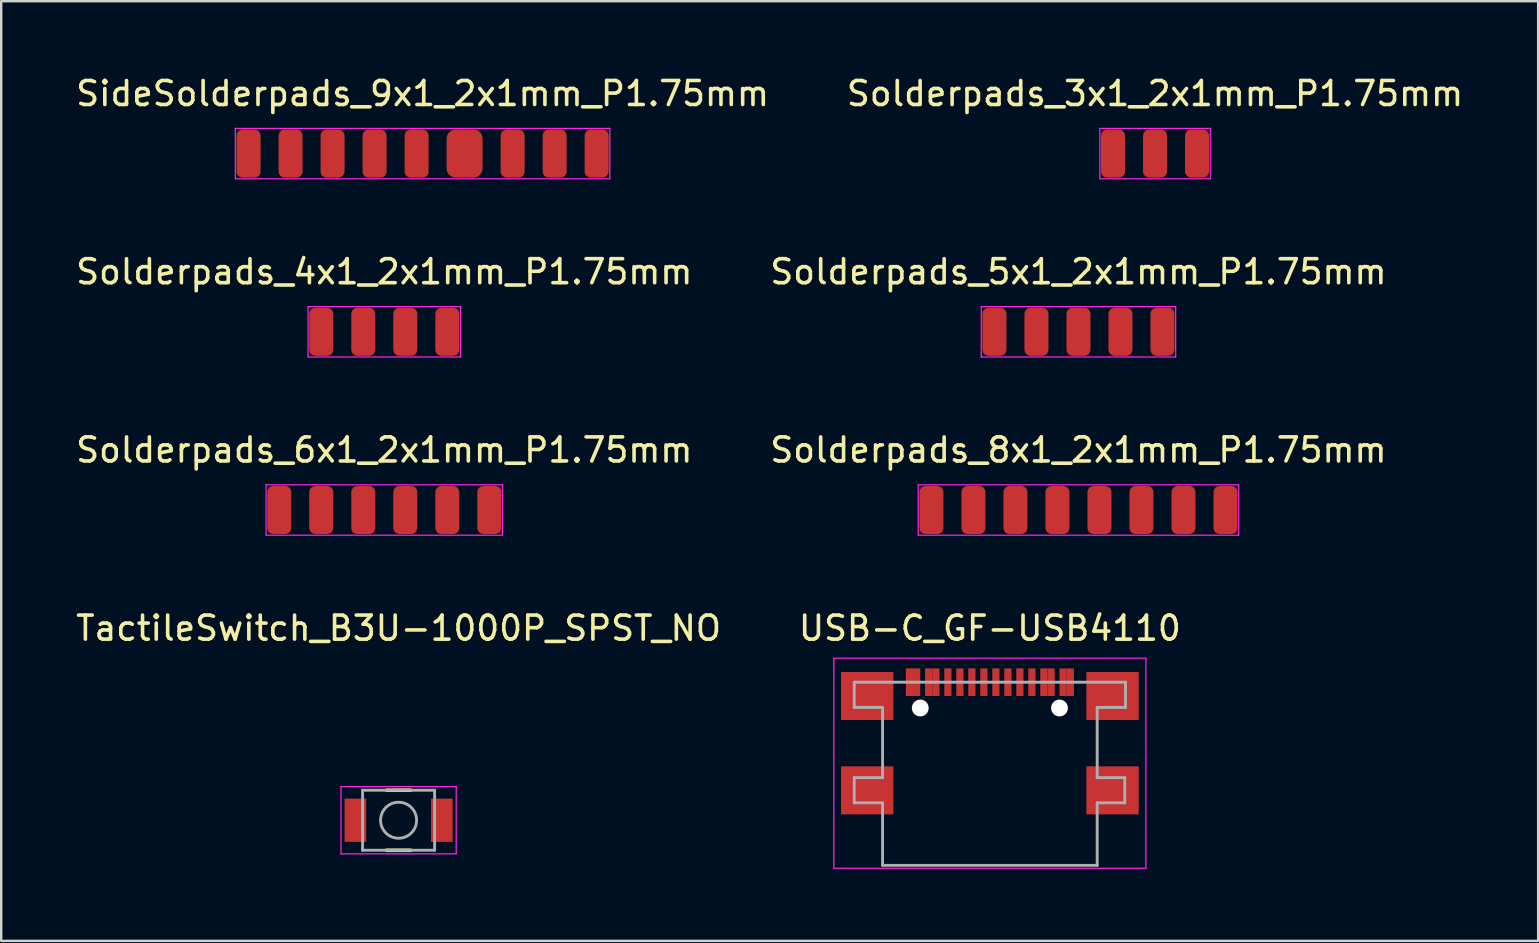
<source format=kicad_pcb>
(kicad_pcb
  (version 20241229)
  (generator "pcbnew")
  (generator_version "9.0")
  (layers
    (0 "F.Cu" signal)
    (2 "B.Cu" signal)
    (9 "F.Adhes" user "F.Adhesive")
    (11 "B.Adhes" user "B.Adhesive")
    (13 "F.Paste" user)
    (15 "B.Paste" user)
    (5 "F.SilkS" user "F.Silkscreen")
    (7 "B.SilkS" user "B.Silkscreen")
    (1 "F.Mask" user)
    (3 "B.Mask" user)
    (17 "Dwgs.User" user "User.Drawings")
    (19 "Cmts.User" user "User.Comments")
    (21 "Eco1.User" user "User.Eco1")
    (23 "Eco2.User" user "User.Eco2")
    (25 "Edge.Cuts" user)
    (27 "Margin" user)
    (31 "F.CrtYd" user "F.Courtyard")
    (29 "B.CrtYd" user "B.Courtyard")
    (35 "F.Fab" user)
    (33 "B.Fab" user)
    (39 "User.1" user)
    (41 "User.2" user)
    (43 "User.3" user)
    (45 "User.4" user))
  (footprint "SideSolderpads_9x1_2x1mm_P1.75mm"
    (layer "F.Cu")
    (at 14.554 3.348)
    (property "Reference" "SideSolderpads_9x1_2x1mm_P1.75mm" (at 0 -2.5 0) (layer "F.SilkS") (effects (font (size 1 1) (thickness 0.15))))
    (attr smd)
    (fp_line (start -7.8 -1.05) (end -7.8 1.05) (stroke (width 0.05) (type solid)) (layer "F.CrtYd"))
    (fp_line (start -7.8 -1.05) (end 7.8 -1.05) (stroke (width 0.05) (type solid)) (layer "F.CrtYd"))
    (fp_line (start -7.8 1.05) (end 7.8 1.05) (stroke (width 0.05) (type solid)) (layer "F.CrtYd"))
    (fp_line (start 7.8 -1.05) (end 7.8 1.05) (stroke (width 0.05) (type solid)) (layer "F.CrtYd"))
    (pad "1" connect roundrect (at -7.25 0) (size 1 2) (layers "F.Cu" "F.Mask") (roundrect_rratio 0.25))
    (pad "2" connect roundrect (at -5.5 0) (size 1 2) (layers "F.Cu" "F.Mask") (roundrect_rratio 0.25))
    (pad "3" connect roundrect (at -3.75 0) (size 1 2) (layers "F.Cu" "F.Mask") (roundrect_rratio 0.25))
    (pad "4" connect roundrect (at -2 0) (size 1 2) (layers "F.Cu" "F.Mask") (roundrect_rratio 0.25))
    (pad "5" connect roundrect (at -0.25 0) (size 1 2) (layers "F.Cu" "F.Mask") (roundrect_rratio 0.25))
    (pad "6" connect roundrect (at 1.75 0) (size 1.5 2) (layers "F.Cu" "F.Mask") (roundrect_rratio 0.25))
    (pad "7" connect roundrect (at 3.75 0) (size 1 2) (layers "F.Cu" "F.Mask") (roundrect_rratio 0.25))
    (pad "8" connect roundrect (at 5.5 0) (size 1 2) (layers "F.Cu" "F.Mask") (roundrect_rratio 0.25))
    (pad "9" connect roundrect (at 7.25 0) (size 1 2) (layers "F.Cu" "F.Mask") (roundrect_rratio 0.25)))
  (footprint "Solderpads_4x1_2x1mm_P1.75mm"
    (layer "F.Cu")
    (at 12.958 10.771)
    (property "Reference" "Solderpads_4x1_2x1mm_P1.75mm" (at 0 -2.5 0) (layer "F.SilkS") (effects (font (size 1 1) (thickness 0.15))))
    (attr smd)
    (fp_line (start -3.175 -1.05) (end -3.175 1.05) (stroke (width 0.05) (type solid)) (layer "F.CrtYd"))
    (fp_line (start -3.175 -1.05) (end 3.175 -1.05) (stroke (width 0.05) (type solid)) (layer "F.CrtYd"))
    (fp_line (start -3.175 1.05) (end 3.175 1.05) (stroke (width 0.05) (type solid)) (layer "F.CrtYd"))
    (fp_line (start 3.175 -1.05) (end 3.175 1.05) (stroke (width 0.05) (type solid)) (layer "F.CrtYd"))
    (pad "1" connect roundrect (at -2.625 0) (size 1 2) (layers "F.Cu" "F.Mask") (roundrect_rratio 0.25))
    (pad "2" connect roundrect (at -0.875 0) (size 1 2) (layers "F.Cu" "F.Mask") (roundrect_rratio 0.25))
    (pad "3" connect roundrect (at 0.875 0) (size 1 2) (layers "F.Cu" "F.Mask") (roundrect_rratio 0.25))
    (pad "4" connect roundrect (at 2.625 0) (size 1 2) (layers "F.Cu" "F.Mask") (roundrect_rratio 0.25)))
  (footprint "USB-C_GF-USB4110"
    (layer "F.Cu")
    (at 38.185 25.368)
    (property "Reference" "USB-C_GF-USB4110" (at 0 -2.25 0) (layer "F.SilkS") (effects (font (size 1 1) (thickness 0.15))))
    (attr smd)
    (fp_line (start -6.5 -1) (end 6.5 -1) (stroke (width 0.05) (type solid)) (layer "F.CrtYd"))
    (fp_line (start -6.5 7.75) (end -6.5 -1) (stroke (width 0.05) (type solid)) (layer "F.CrtYd"))
    (fp_line (start 6.5 -1) (end 6.5 7.75) (stroke (width 0.05) (type solid)) (layer "F.CrtYd"))
    (fp_line (start 6.5 7.75) (end -6.5 7.75) (stroke (width 0.05) (type solid)) (layer "F.CrtYd"))
    (fp_line (start -5.65 0) (end -5.65 1.05) (stroke (width 0.12) (type solid)) (layer "F.Fab"))
    (fp_line (start -5.65 0) (end 5.65 0) (stroke (width 0.12) (type solid)) (layer "F.Fab"))
    (fp_line (start -5.65 1.05) (end -4.47 1.05) (stroke (width 0.12) (type solid)) (layer "F.Fab"))
    (fp_line (start -5.65 3.975) (end -5.65 5.025) (stroke (width 0.12) (type solid)) (layer "F.Fab"))
    (fp_line (start -5.65 3.975) (end -4.47 3.975) (stroke (width 0.12) (type solid)) (layer "F.Fab"))
    (fp_line (start -5.65 5.025) (end -4.47 5.025) (stroke (width 0.12) (type solid)) (layer "F.Fab"))
    (fp_line (start -4.47 1.05) (end -4.47 3.975) (stroke (width 0.12) (type solid)) (layer "F.Fab"))
    (fp_line (start -4.47 5.025) (end -4.47 7.63) (stroke (width 0.12) (type solid)) (layer "F.Fab"))
    (fp_line (start -4.47 7.63) (end 4.47 7.63) (stroke (width 0.12) (type solid)) (layer "F.Fab"))
    (fp_line (start 4.47 1.05) (end 4.47 3.975) (stroke (width 0.12) (type solid)) (layer "F.Fab"))
    (fp_line (start 4.47 3.975) (end 5.62 3.975) (stroke (width 0.12) (type solid)) (layer "F.Fab"))
    (fp_line (start 4.47 5.025) (end 4.47 7.63) (stroke (width 0.12) (type solid)) (layer "F.Fab"))
    (fp_line (start 4.47 5.025) (end 5.62 5.025) (stroke (width 0.12) (type solid)) (layer "F.Fab"))
    (fp_line (start 5.62 3.975) (end 5.62 5.025) (stroke (width 0.12) (type solid)) (layer "F.Fab"))
    (fp_line (start 5.65 0) (end 5.65 1.05) (stroke (width 0.12) (type solid)) (layer "F.Fab"))
    (fp_line (start 5.65 1.05) (end 4.47 1.05) (stroke (width 0.12) (type solid)) (layer "F.Fab"))
    (pad "" np_thru_hole circle (at -2.9 1.075) (size 0.7 0.7) (drill 0.7) (layers "*.Cu" "*.Mask"))
    (pad "" np_thru_hole circle (at 2.9 1.075) (size 0.7 0.7) (drill 0.7) (layers "*.Cu" "*.Mask"))
    (pad "A1" smd rect (at -3.35 0) (size 0.3 1.15) (layers "F.Cu" "F.Mask" "F.Paste"))
    (pad "A4" smd rect (at -2.55 0) (size 0.3 1.15) (layers "F.Cu" "F.Mask" "F.Paste"))
    (pad "A5" smd rect (at -1.25 0) (size 0.3 1.15) (layers "F.Cu" "F.Mask" "F.Paste"))
    (pad "A6" smd rect (at -0.25 0) (size 0.3 1.15) (layers "F.Cu" "F.Mask" "F.Paste"))
    (pad "A7" smd rect (at 0.25 0) (size 0.3 1.15) (layers "F.Cu" "F.Mask" "F.Paste"))
    (pad "A8" smd rect (at 1.25 0) (size 0.3 1.15) (layers "F.Cu" "F.Mask" "F.Paste"))
    (pad "A9" smd rect (at 2.55 0) (size 0.3 1.15) (layers "F.Cu" "F.Mask" "F.Paste"))
    (pad "A12" smd rect (at 3.35 0) (size 0.3 1.15) (layers "F.Cu" "F.Mask" "F.Paste"))
    (pad "B1" smd rect (at 3.05 0) (size 0.3 1.15) (layers "F.Cu" "F.Mask" "F.Paste"))
    (pad "B4" smd rect (at 2.25 0) (size 0.3 1.15) (layers "F.Cu" "F.Mask" "F.Paste"))
    (pad "B5" smd rect (at 1.75 0) (size 0.3 1.15) (layers "F.Cu" "F.Mask" "F.Paste"))
    (pad "B6" smd rect (at 0.75 0) (size 0.3 1.15) (layers "F.Cu" "F.Mask" "F.Paste"))
    (pad "B7" smd rect (at -0.75 0) (size 0.3 1.15) (layers "F.Cu" "F.Mask" "F.Paste"))
    (pad "B8" smd rect (at -1.75 0) (size 0.3 1.15) (layers "F.Cu" "F.Mask" "F.Paste"))
    (pad "B9" smd rect (at -2.25 0) (size 0.3 1.15) (layers "F.Cu" "F.Mask" "F.Paste"))
    (pad "B12" smd rect (at -3.05 0) (size 0.3 1.15) (layers "F.Cu" "F.Mask" "F.Paste"))
    (pad "S1" smd rect (at -5.11 0.575) (size 2.18 2) (layers "F.Cu" "F.Mask" "F.Paste"))
    (pad "S1" smd rect (at -5.11 4.505) (size 2.18 2) (layers "F.Cu" "F.Mask" "F.Paste"))
    (pad "S1" smd rect (at 5.11 0.575) (size 2.18 2) (layers "F.Cu" "F.Mask" "F.Paste"))
    (pad "S1" smd rect (at 5.11 4.505) (size 2.18 2) (layers "F.Cu" "F.Mask" "F.Paste")))
  (footprint "TactileSwitch_B3U-1000P_SPST_NO"
    (layer "F.Cu")
    (at 13.554 31.118)
    (property "Reference" "TactileSwitch_B3U-1000P_SPST_NO" (at 0 -8 0) (layer "F.SilkS") (effects (font (size 1 1) (thickness 0.15))))
    (attr smd)
    (fp_line (start -0.5 -1.25) (end 0.5 -1.25) (stroke (width 0.15) (type solid)) (layer "F.SilkS"))
    (fp_line (start -0.5 1.25) (end 0.5 1.25) (stroke (width 0.15) (type solid)) (layer "F.SilkS"))
    (fp_line (start -2.4 -1.4) (end 2.4 -1.4) (stroke (width 0.05) (type solid)) (layer "F.CrtYd"))
    (fp_line (start -2.4 1.4) (end -2.4 -1.4) (stroke (width 0.05) (type solid)) (layer "F.CrtYd"))
    (fp_line (start 2.4 -1.4) (end 2.4 1.4) (stroke (width 0.05) (type solid)) (layer "F.CrtYd"))
    (fp_line (start 2.4 1.4) (end -2.4 1.4) (stroke (width 0.05) (type solid)) (layer "F.CrtYd"))
    (fp_line (start -1.5 -1.25) (end -1.5 1.25) (stroke (width 0.12) (type solid)) (layer "F.Fab"))
    (fp_line (start -1.5 1.25) (end 1.5 1.25) (stroke (width 0.12) (type solid)) (layer "F.Fab"))
    (fp_line (start 1.5 -1.25) (end -1.5 -1.25) (stroke (width 0.12) (type solid)) (layer "F.Fab"))
    (fp_line (start 1.5 1.25) (end 1.5 -1.25) (stroke (width 0.12) (type solid)) (layer "F.Fab"))
    (fp_circle (center 0 0) (end 0.75 0) (stroke (width 0.12) (type solid)) (fill no) (layer "F.Fab"))
    (pad "1" smd rect (at 1.8 0) (size 0.9 1.8) (layers "F.Cu" "F.Mask" "F.Paste"))
    (pad "2" smd rect (at -1.8 0) (size 0.9 1.8) (layers "F.Cu" "F.Mask" "F.Paste")))
  (footprint "Solderpads_3x1_2x1mm_P1.75mm"
    (layer "F.Cu")
    (at 45.065 3.348)
    (property "Reference" "Solderpads_3x1_2x1mm_P1.75mm" (at 0 -2.5 0) (layer "F.SilkS") (effects (font (size 1 1) (thickness 0.15))))
    (attr smd)
    (fp_line (start -2.3 -1.05) (end -2.3 1.05) (stroke (width 0.05) (type solid)) (layer "F.CrtYd"))
    (fp_line (start -2.3 -1.05) (end 2.3 -1.05) (stroke (width 0.05) (type solid)) (layer "F.CrtYd"))
    (fp_line (start -2.3 1.05) (end 2.3 1.05) (stroke (width 0.05) (type solid)) (layer "F.CrtYd"))
    (fp_line (start 2.3 -1.05) (end 2.3 1.05) (stroke (width 0.05) (type solid)) (layer "F.CrtYd"))
    (pad "1" connect roundrect (at -1.75 0) (size 1 2) (layers "F.Cu" "F.Mask") (roundrect_rratio 0.25))
    (pad "2" connect roundrect (at 0 0) (size 1 2) (layers "F.Cu" "F.Mask") (roundrect_rratio 0.25))
    (pad "3" connect roundrect (at 1.75 0) (size 1 2) (layers "F.Cu" "F.Mask") (roundrect_rratio 0.25)))
  (footprint "Solderpads_5x1_2x1mm_P1.75mm"
    (layer "F.Cu")
    (at 41.875 10.771)
    (property "Reference" "Solderpads_5x1_2x1mm_P1.75mm" (at 0 -2.5 0) (layer "F.SilkS") (effects (font (size 1 1) (thickness 0.15))))
    (attr smd)
    (fp_line (start -4.05 -1.05) (end -4.05 1.05) (stroke (width 0.05) (type solid)) (layer "F.CrtYd"))
    (fp_line (start -4.05 -1.05) (end 4.05 -1.05) (stroke (width 0.05) (type solid)) (layer "F.CrtYd"))
    (fp_line (start -4.05 1.05) (end 4.05 1.05) (stroke (width 0.05) (type solid)) (layer "F.CrtYd"))
    (fp_line (start 4.05 -1.05) (end 4.05 1.05) (stroke (width 0.05) (type solid)) (layer "F.CrtYd"))
    (pad "1" connect roundrect (at -3.5 0) (size 1 2) (layers "F.Cu" "F.Mask") (roundrect_rratio 0.25))
    (pad "2" connect roundrect (at -1.75 0) (size 1 2) (layers "F.Cu" "F.Mask") (roundrect_rratio 0.25))
    (pad "3" connect roundrect (at 0 0) (size 1 2) (layers "F.Cu" "F.Mask") (roundrect_rratio 0.25))
    (pad "4" connect roundrect (at 1.75 0) (size 1 2) (layers "F.Cu" "F.Mask") (roundrect_rratio 0.25))
    (pad "5" connect roundrect (at 3.5 0) (size 1 2) (layers "F.Cu" "F.Mask") (roundrect_rratio 0.25)))
  (footprint "Solderpads_8x1_2x1mm_P1.75mm"
    (layer "F.Cu")
    (at 41.875 18.195)
    (property "Reference" "Solderpads_8x1_2x1mm_P1.75mm" (at 0 -2.5 0) (layer "F.SilkS") (effects (font (size 1 1) (thickness 0.15))))
    (attr smd)
    (fp_line (start -6.675 -1.05) (end -6.675 1.05) (stroke (width 0.05) (type solid)) (layer "F.CrtYd"))
    (fp_line (start -6.675 -1.05) (end 6.675 -1.05) (stroke (width 0.05) (type solid)) (layer "F.CrtYd"))
    (fp_line (start -6.675 1.05) (end 6.675 1.05) (stroke (width 0.05) (type solid)) (layer "F.CrtYd"))
    (fp_line (start 6.675 -1.05) (end 6.675 1.05) (stroke (width 0.05) (type solid)) (layer "F.CrtYd"))
    (pad "1" connect roundrect (at -6.125 0) (size 1 2) (layers "F.Cu" "F.Mask") (roundrect_rratio 0.25))
    (pad "2" connect roundrect (at -4.375 0) (size 1 2) (layers "F.Cu" "F.Mask") (roundrect_rratio 0.25))
    (pad "3" connect roundrect (at -2.625 0) (size 1 2) (layers "F.Cu" "F.Mask") (roundrect_rratio 0.25))
    (pad "4" connect roundrect (at -0.875 0) (size 1 2) (layers "F.Cu" "F.Mask") (roundrect_rratio 0.25))
    (pad "5" connect roundrect (at 0.875 0) (size 1 2) (layers "F.Cu" "F.Mask") (roundrect_rratio 0.25))
    (pad "6" connect roundrect (at 2.625 0) (size 1 2) (layers "F.Cu" "F.Mask") (roundrect_rratio 0.25))
    (pad "7" connect roundrect (at 4.375 0) (size 1 2) (layers "F.Cu" "F.Mask") (roundrect_rratio 0.25))
    (pad "8" connect roundrect (at 6.125 0) (size 1 2) (layers "F.Cu" "F.Mask") (roundrect_rratio 0.25)))
  (footprint "Solderpads_6x1_2x1mm_P1.75mm"
    (layer "F.Cu")
    (at 12.958 18.195)
    (property "Reference" "Solderpads_6x1_2x1mm_P1.75mm" (at 0 -2.5 0) (layer "F.SilkS") (effects (font (size 1 1) (thickness 0.15))))
    (attr smd)
    (fp_line (start -4.925 -1.05) (end -4.925 1.05) (stroke (width 0.05) (type solid)) (layer "F.CrtYd"))
    (fp_line (start -4.925 -1.05) (end 4.925 -1.05) (stroke (width 0.05) (type solid)) (layer "F.CrtYd"))
    (fp_line (start -4.925 1.05) (end 4.925 1.05) (stroke (width 0.05) (type solid)) (layer "F.CrtYd"))
    (fp_line (start 4.925 -1.05) (end 4.925 1.05) (stroke (width 0.05) (type solid)) (layer "F.CrtYd"))
    (pad "1" connect roundrect (at -4.375 0) (size 1 2) (layers "F.Cu" "F.Mask") (roundrect_rratio 0.25))
    (pad "2" connect roundrect (at -2.625 0) (size 1 2) (layers "F.Cu" "F.Mask") (roundrect_rratio 0.25))
    (pad "3" connect roundrect (at -0.875 0) (size 1 2) (layers "F.Cu" "F.Mask") (roundrect_rratio 0.25))
    (pad "4" connect roundrect (at 0.875 0) (size 1 2) (layers "F.Cu" "F.Mask") (roundrect_rratio 0.25))
    (pad "5" connect roundrect (at 2.625 0) (size 1 2) (layers "F.Cu" "F.Mask") (roundrect_rratio 0.25))
    (pad "6" connect roundrect (at 4.375 0) (size 1 2) (layers "F.Cu" "F.Mask") (roundrect_rratio 0.25)))
  (gr_rect
    (start -3 -3)
    (end 61.024 36.143)
    (stroke (width 0.1) (type default))
    (fill no)
    (layer "Edge.Cuts")))
</source>
